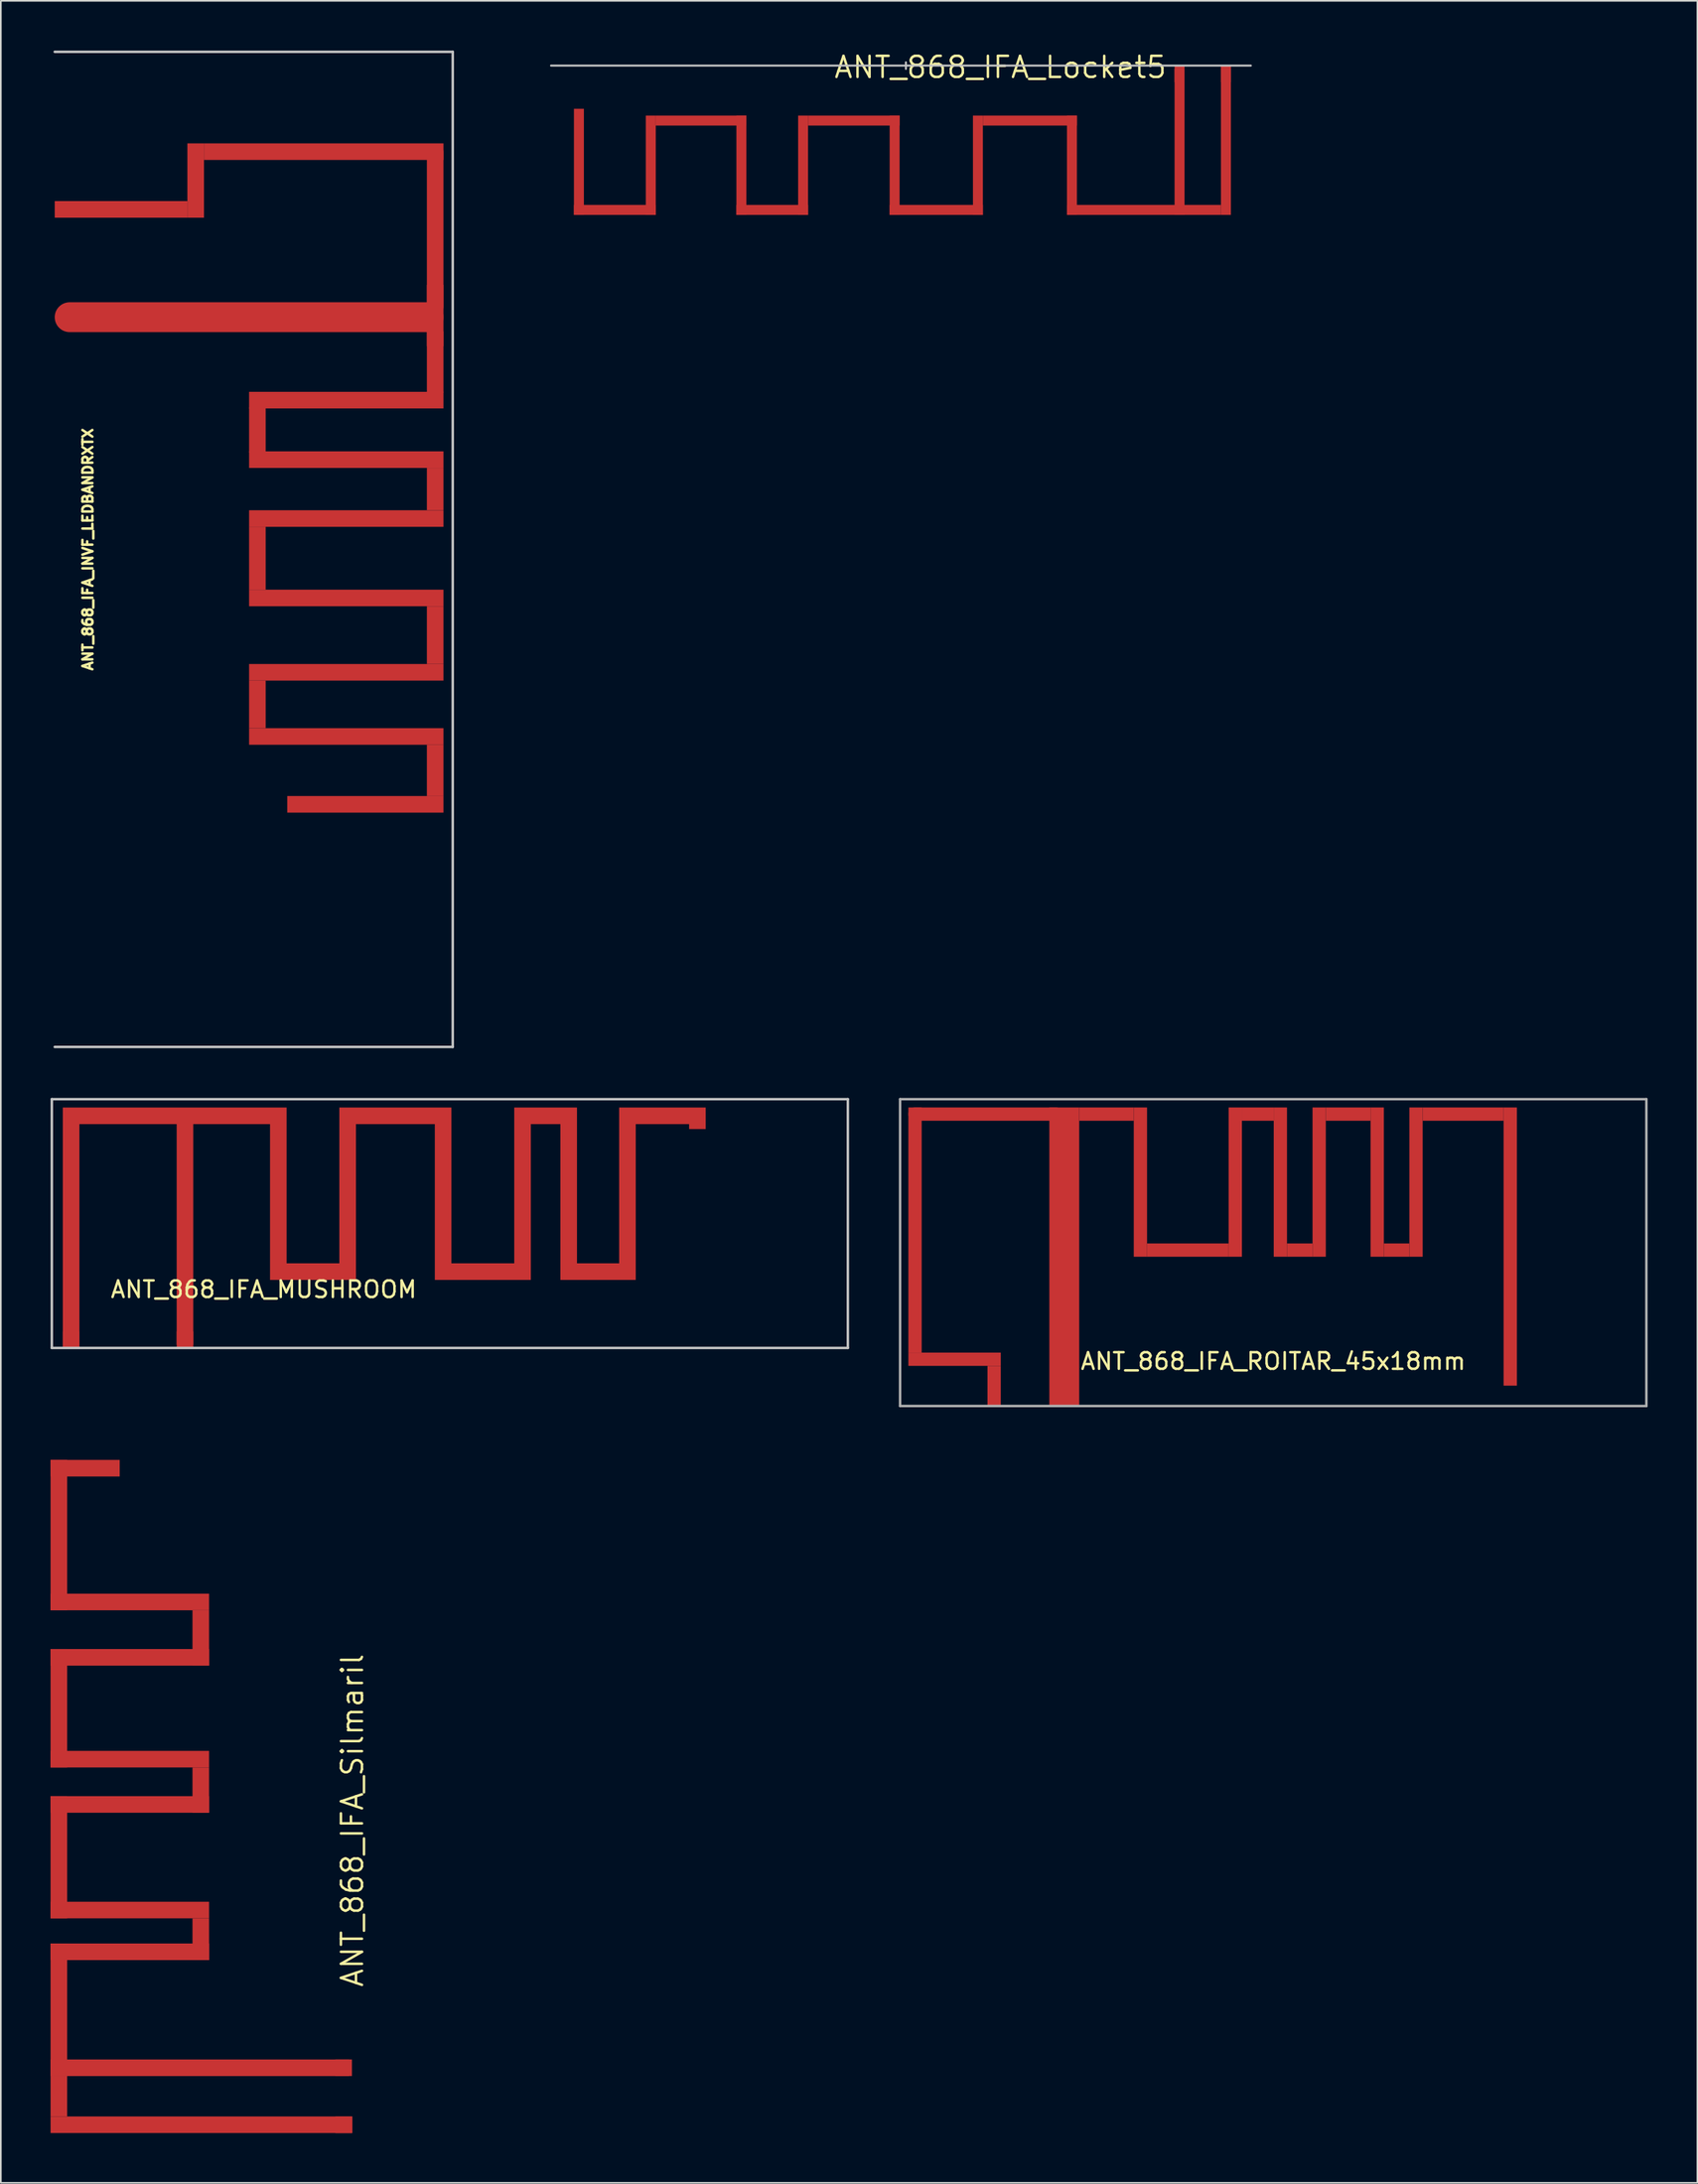
<source format=kicad_pcb>
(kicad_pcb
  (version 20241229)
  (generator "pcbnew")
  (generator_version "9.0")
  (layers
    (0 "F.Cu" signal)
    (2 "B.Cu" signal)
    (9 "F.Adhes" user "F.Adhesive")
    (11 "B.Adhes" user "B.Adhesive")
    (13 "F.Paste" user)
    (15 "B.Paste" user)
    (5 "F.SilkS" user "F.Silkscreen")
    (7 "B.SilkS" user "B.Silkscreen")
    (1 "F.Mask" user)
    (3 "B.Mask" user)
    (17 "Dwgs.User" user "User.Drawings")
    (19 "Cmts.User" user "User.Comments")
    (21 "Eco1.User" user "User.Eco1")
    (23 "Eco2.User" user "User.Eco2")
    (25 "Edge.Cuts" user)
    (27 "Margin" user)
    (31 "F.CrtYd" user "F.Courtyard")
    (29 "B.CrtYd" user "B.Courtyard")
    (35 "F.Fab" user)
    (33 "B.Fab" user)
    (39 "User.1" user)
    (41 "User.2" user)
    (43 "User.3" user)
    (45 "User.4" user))
  (footprint "ANT_868_IFA_Silmaril"
    (layer "F.Cu")
    (at 18.172 106.733)
    (property "Reference" "ANT_868_IFA_Silmaril" (at 0.025 -0.025 270) (layer "F.SilkS") (effects (font (size 1.27 1.27) (thickness 0.15))))
    (attr through_hole)
    (fp_poly (pts (xy -18.172 -20.758) (xy -18.172 -21.758) (xy -14.004 -21.758) (xy -14.004 -20.758)) (stroke (width 0.001) (type solid)) (fill yes) (layer "F.Cu"))
    (fp_poly (pts (xy -18.172 -12.693) (xy -18.172 -21.758) (xy -17.172 -21.758) (xy -17.172 -12.693)) (stroke (width 0.001) (type solid)) (fill yes) (layer "F.Cu"))
    (fp_poly (pts (xy -18.172 -12.693) (xy -18.172 -13.693) (xy -8.615 -13.693) (xy -8.615 -12.693)) (stroke (width 0.001) (type solid)) (fill yes) (layer "F.Cu"))
    (fp_poly (pts (xy -18.172 -9.356) (xy -18.172 -10.356) (xy -8.615 -10.356) (xy -8.615 -9.356)) (stroke (width 0.001) (type solid)) (fill yes) (layer "F.Cu"))
    (fp_poly (pts (xy -18.172 -3.215) (xy -18.172 -10.356) (xy -17.172 -10.356) (xy -17.172 -3.215)) (stroke (width 0.001) (type solid)) (fill yes) (layer "F.Cu"))
    (fp_poly (pts (xy -18.172 -3.215) (xy -18.172 -4.215) (xy -8.615 -4.215) (xy -8.615 -3.215)) (stroke (width 0.001) (type solid)) (fill yes) (layer "F.Cu"))
    (fp_poly (pts (xy -18.172 -0.485) (xy -18.172 -1.485) (xy -8.615 -1.485) (xy -8.615 -0.485)) (stroke (width 0.001) (type solid)) (fill yes) (layer "F.Cu"))
    (fp_poly (pts (xy -18.172 5.881) (xy -18.172 -1.485) (xy -17.172 -1.485) (xy -17.172 5.881)) (stroke (width 0.001) (type solid)) (fill yes) (layer "F.Cu"))
    (fp_poly (pts (xy -18.172 5.881) (xy -18.172 4.881) (xy -8.615 4.881) (xy -8.615 5.881)) (stroke (width 0.001) (type solid)) (fill yes) (layer "F.Cu"))
    (fp_poly (pts (xy -18.172 8.399) (xy -18.172 7.399) (xy -8.615 7.399) (xy -8.615 8.399)) (stroke (width 0.001) (type solid)) (fill yes) (layer "F.Cu"))
    (fp_poly (pts (xy -18.172 15.392) (xy -18.172 7.399) (xy -17.172 7.399) (xy -17.172 15.392)) (stroke (width 0.001) (type solid)) (fill yes) (layer "F.Cu"))
    (fp_poly (pts (xy -18.172 15.392) (xy -18.172 17.827) (xy -17.172 17.827) (xy -17.172 15.392)) (stroke (width 0.001) (type solid)) (fill yes) (layer "F.Cu"))
    (fp_poly (pts (xy -8.615 -9.356) (xy -8.615 -12.693) (xy -9.615 -12.693) (xy -9.615 -9.356)) (stroke (width 0.001) (type solid)) (fill yes) (layer "F.Cu"))
    (fp_poly (pts (xy -8.615 -0.485) (xy -8.615 -3.215) (xy -9.615 -3.215) (xy -9.615 -0.485)) (stroke (width 0.001) (type solid)) (fill yes) (layer "F.Cu"))
    (fp_poly (pts (xy -8.615 8.399) (xy -8.615 5.881) (xy -9.615 5.881) (xy -9.615 8.399)) (stroke (width 0.001) (type solid)) (fill yes) (layer "F.Cu"))
    (fp_poly (pts (xy -0.175 14.392) (xy -0.175 15.392) (xy -18.172 15.392) (xy -18.172 14.392)) (stroke (width 0.001) (type solid)) (fill yes) (layer "F.Cu"))
    (fp_poly (pts (xy 0.025 17.827) (xy 0.025 18.827) (xy -18.172 18.827) (xy -18.172 17.827)) (stroke (width 0.001) (type solid)) (fill yes) (layer "F.Cu"))
    (pad "1" smd rect (at -0.5 14.89) (size 1 1) (layers "F.Cu"))
    (pad "2" smd rect (at -0.5 18.33) (size 1 1) (layers "F.Cu")))
  (footprint "ANT_868_IFA_Locket5"
    (layer "F.Cu")
    (at 51.575 0.906)
    (property "Reference" "ANT_868_IFA_Locket5" (at 5.7 0.1 0) (layer "F.SilkS") (effects (font (size 1.27 1.27) (thickness 0.15))))
    (attr through_hole)
    (fp_poly (pts (xy -19.417 9) (xy -20.017 9) (xy -20.017 2.603) (xy -19.417 2.603)) (stroke (width 0.001) (type solid)) (fill yes) (layer "F.Cu"))
    (fp_poly (pts (xy -15.084 9) (xy -20.017 9) (xy -20.017 8.4) (xy -15.084 8.4)) (stroke (width 0.001) (type solid)) (fill yes) (layer "F.Cu"))
    (fp_poly (pts (xy -15.084 9) (xy -15.684 9) (xy -15.684 3.014) (xy -15.084 3.014)) (stroke (width 0.001) (type solid)) (fill yes) (layer "F.Cu"))
    (fp_poly (pts (xy -9.621 3.014) (xy -15.084 3.014) (xy -15.084 3.614) (xy -9.621 3.614)) (stroke (width 0.001) (type solid)) (fill yes) (layer "F.Cu"))
    (fp_poly (pts (xy -9.621 9) (xy -10.221 9) (xy -10.221 3.014) (xy -9.621 3.014)) (stroke (width 0.001) (type solid)) (fill yes) (layer "F.Cu"))
    (fp_poly (pts (xy -5.899 9) (xy -10.221 9) (xy -10.221 8.4) (xy -5.899 8.4)) (stroke (width 0.001) (type solid)) (fill yes) (layer "F.Cu"))
    (fp_poly (pts (xy -5.899 9) (xy -6.499 9) (xy -6.499 3.014) (xy -5.899 3.014)) (stroke (width 0.001) (type solid)) (fill yes) (layer "F.Cu"))
    (fp_poly (pts (xy -0.38 3.014) (xy -5.899 3.014) (xy -5.899 3.614) (xy -0.38 3.614)) (stroke (width 0.001) (type solid)) (fill yes) (layer "F.Cu"))
    (fp_poly (pts (xy -0.38 9) (xy -0.98 9) (xy -0.98 3.014) (xy -0.38 3.014)) (stroke (width 0.001) (type solid)) (fill yes) (layer "F.Cu"))
    (fp_poly (pts (xy 4.642 9) (xy -0.98 9) (xy -0.98 8.4) (xy 4.642 8.4)) (stroke (width 0.001) (type solid)) (fill yes) (layer "F.Cu"))
    (fp_poly (pts (xy 4.642 9) (xy 4.042 9) (xy 4.042 3.014) (xy 4.642 3.014)) (stroke (width 0.001) (type solid)) (fill yes) (layer "F.Cu"))
    (fp_poly (pts (xy 10.312 3.014) (xy 4.642 3.014) (xy 4.642 3.614) (xy 10.312 3.614)) (stroke (width 0.001) (type solid)) (fill yes) (layer "F.Cu"))
    (fp_poly (pts (xy 10.312 9) (xy 9.712 9) (xy 9.712 3.014) (xy 10.312 3.014)) (stroke (width 0.001) (type solid)) (fill yes) (layer "F.Cu"))
    (fp_poly (pts (xy 16.2 0.2) (xy 16.8 0.2) (xy 16.8 9) (xy 16.2 9)) (stroke (width 0.001) (type solid)) (fill yes) (layer "F.Cu"))
    (fp_poly (pts (xy 16.8 9) (xy 9.712 9) (xy 9.712 8.4) (xy 16.8 8.4)) (stroke (width 0.001) (type solid)) (fill yes) (layer "F.Cu"))
    (fp_poly (pts (xy 16.8 9) (xy 18.996 9) (xy 18.996 8.4) (xy 16.8 8.4)) (stroke (width 0.001) (type solid)) (fill yes) (layer "F.Cu"))
    (fp_poly (pts (xy 18.996 0) (xy 19.596 0) (xy 19.596 9) (xy 18.996 9)) (stroke (width 0.001) (type solid)) (fill yes) (layer "F.Cu"))
    (fp_line (start 0 0.2) (end 0 -0.2) (stroke (width 0.12) (type solid)) (layer "Dwgs.User"))
    (fp_line (start 20.8 0) (end -21.4 0) (stroke (width 0.12) (type solid)) (layer "Dwgs.User"))
    (fp_poly (pts (xy -24.25 2.1) (xy -20.75 2.1) (xy -20.75 0) (xy -24.25 0)) (stroke (width 0.001) (type solid)) (fill no) (layer "Dwgs.User"))
    (fp_poly (pts (xy 24.25 2.1) (xy 20.75 2.1) (xy 20.75 0) (xy 24.25 0)) (stroke (width 0.001) (type solid)) (fill no) (layer "Dwgs.User"))
    (pad "1" smd rect (at 16.5 0.5) (size 0.6 1) (layers "F.Cu"))
    (pad "2" smd rect (at 19.3 0.5) (size 0.6 1) (layers "F.Cu")))
  (footprint "ANT_868_IFA_MUSHROOM"
    (layer "F.Cu")
    (at 8.075 78.225)
    (property "Reference" "ANT_868_IFA_MUSHROOM" (at 4.78 -3.53 0) (layer "F.SilkS") (effects (font (size 1 1) (thickness 0.15))))
    (attr through_hole)
    (fp_poly (pts (xy -6.337 0.003) (xy -6.337 -13.497) (xy -0.472 -13.497) (xy -0.472 -0.197) (xy 0.528 -0.197) (xy 0.528 -13.497) (xy 5.157 -13.497) (xy 5.157 -4.104) (xy 10.338 -4.104) (xy 10.338 -13.497) (xy 15.095 -13.497) (xy 15.095 -4.104) (xy 20.884 -4.104) (xy 20.884 -13.497) (xy 22.666 -13.497) (xy 22.666 -4.104) (xy 27.209 -4.104) (xy 27.209 -13.497) (xy 30.427 -13.497) (xy 30.427 -13.2) (xy 31.427 -13.2) (xy 31.427 -14.497) (xy 26.209 -14.497) (xy 26.209 -5.104) (xy 23.666 -5.104) (xy 23.666 -14.497) (xy 19.884 -14.497) (xy 19.884 -5.104) (xy 16.095 -5.104) (xy 16.095 -14.497) (xy 9.338 -14.497) (xy 9.338 -5.104) (xy 6.157 -5.104) (xy 6.157 -14.497) (xy -7.337 -14.497) (xy -7.337 0.003)) (stroke (width 0.001) (type solid)) (fill yes) (layer "F.Cu"))
    (fp_line (start -8 -15) (end 40 -15) (stroke (width 0.15) (type solid)) (layer "Dwgs.User"))
    (fp_line (start -8 0) (end -8 -15) (stroke (width 0.15) (type solid)) (layer "Dwgs.User"))
    (fp_line (start 40 -15) (end 40 0) (stroke (width 0.15) (type solid)) (layer "Dwgs.User"))
    (fp_line (start 40 0) (end -8 0) (stroke (width 0.15) (type solid)) (layer "Dwgs.User"))
    (pad "1" smd rect (at 0.03 -0.5) (size 1 1) (layers "F.Cu"))
    (pad "2" smd rect (at -6.84 -0.5) (size 1 1) (layers "F.Cu")))
  (footprint "ANT_868_IFA_ROITAR_45x18mm"
    (layer "F.Cu")
    (at 61.125 81.725)
    (property "Reference" "ANT_868_IFA_ROITAR_45x18mm" (at 12.6 -2.7 0) (layer "F.SilkS") (effects (font (size 1 1) (thickness 0.15))))
    (attr through_hole)
    (fp_line (start -0.5 -17.6) (end -9 -17.6) (stroke (width 0.8) (type solid)) (layer "F.Cu"))
    (fp_line (start -9.9 -18.5) (end -9.9 0) (stroke (width 0.15) (type solid)) (layer "F.Fab"))
    (fp_line (start -9.9 0) (end 35.1 0) (stroke (width 0.15) (type solid)) (layer "F.Fab"))
    (fp_line (start 35.1 -18.5) (end -9.9 -18.5) (stroke (width 0.15) (type solid)) (layer "F.Fab"))
    (fp_line (start 35.1 0) (end 35.1 -18.5) (stroke (width 0.15) (type solid)) (layer "F.Fab"))
    (pad "1" smd rect (at 0 -9) (size 1.8 18) (layers "F.Cu"))
    (pad "1" smd rect (at 2.545 -17.6) (size 3.29 0.8) (layers "F.Cu"))
    (pad "1" smd rect (at 4.59 -13.5) (size 0.8 9) (layers "F.Cu"))
    (pad "1" smd rect (at 7.45 -9.4) (size 4.92 0.8) (layers "F.Cu"))
    (pad "1" smd rect (at 10.31 -13.5) (size 0.8 9) (layers "F.Cu"))
    (pad "1" smd rect (at 11.67 -17.6) (size 1.92 0.8) (layers "F.Cu"))
    (pad "1" smd rect (at 13.03 -13.5) (size 0.8 9) (layers "F.Cu"))
    (pad "1" smd rect (at 14.2 -9.4) (size 1.54 0.8) (layers "F.Cu"))
    (pad "1" smd rect (at 15.37 -13.5) (size 0.8 9) (layers "F.Cu"))
    (pad "1" smd rect (at 17.12 -17.6) (size 2.7 0.8) (layers "F.Cu"))
    (pad "1" smd rect (at 18.87 -13.5) (size 0.8 9) (layers "F.Cu"))
    (pad "1" smd rect (at 20.04 -9.4) (size 1.54 0.8) (layers "F.Cu"))
    (pad "1" smd rect (at 21.21 -13.5) (size 0.8 9) (layers "F.Cu"))
    (pad "1" smd rect (at 24.05 -17.6) (size 4.88 0.8) (layers "F.Cu"))
    (pad "2" smd rect (at -9 -10.61) (size 0.8 14.78) (layers "F.Cu"))
    (pad "2" smd rect (at -6.615 -2.82) (size 5.57 0.8) (layers "F.Cu"))
    (pad "2" smd rect (at -4.23 -1.21) (size 0.8 2.42) (layers "F.Cu"))
    (pad "6" smd rect (at 26.89 -9.615) (size 0.8 16.77) (layers "F.Cu")))
  (footprint "ANT_868_IFA_INVF_LEDBANDRXTX"
    (layer "F.Cu")
    (at 0.25 30.075)
    (property "Reference" "ANT_868_IFA_INVF_LEDBANDRXTX" (at 2 0 90) (layer "F.SilkS") (effects (font (size 0.6 0.6) (thickness 0.15))))
    (attr through_hole)
    (fp_line (start 22.94 -23.94) (end 22.94 -14.65) (stroke (width 1) (type solid)) (layer "F.Cu"))
    (fp_line (start 0 -30) (end 24 -30) (stroke (width 0.15) (type solid)) (layer "Dwgs.User"))
    (fp_line (start 24 -30) (end 24 30) (stroke (width 0.15) (type solid)) (layer "Dwgs.User"))
    (fp_line (start 24 30) (end 0 30) (stroke (width 0.15) (type solid)) (layer "Dwgs.User"))
    (pad "1" smd oval (at 11.72 -14) (size 23.44 1.8) (layers "F.Cu"))
    (pad "1" smd rect (at 12.22 -7.2) (size 1 2.7) (layers "F.Cu"))
    (pad "1" smd rect (at 12.22 0.535) (size 1 3.8) (layers "F.Cu"))
    (pad "1" smd rect (at 12.22 9.345) (size 1 2.87) (layers "F.Cu"))
    (pad "1" smd rect (at 17.58 -9) (size 11.72 1) (layers "F.Cu"))
    (pad "1" smd rect (at 17.58 -5.41) (size 11.72 1) (layers "F.Cu"))
    (pad "1" smd rect (at 17.58 -1.86) (size 11.72 1) (layers "F.Cu"))
    (pad "1" smd rect (at 17.58 2.93) (size 11.72 1) (layers "F.Cu"))
    (pad "1" smd rect (at 17.58 7.41) (size 11.72 1) (layers "F.Cu"))
    (pad "1" smd rect (at 17.58 11.28) (size 11.72 1) (layers "F.Cu"))
    (pad "1" smd rect (at 18.73 15.37) (size 9.42 1) (layers "F.Cu"))
    (pad "1" smd rect (at 22.94 -14.1) (size 1 3.7) (layers "F.Cu"))
    (pad "1" smd rect (at 22.94 -11.3) (size 1 3.7) (layers "F.Cu"))
    (pad "1" smd rect (at 22.94 -3.64) (size 1 2.54) (layers "F.Cu"))
    (pad "1" smd rect (at 22.94 5.17) (size 1 3.48) (layers "F.Cu"))
    (pad "1" smd rect (at 22.94 13.325) (size 1 3.1) (layers "F.Cu"))
    (pad "2" smd rect (at 4 -20.5) (size 8 1) (layers "F.Cu"))
    (pad "2" smd rect (at 8.5 -22.24) (size 1 4.48) (layers "F.Cu"))
    (pad "2" smd rect (at 16.22 -23.98) (size 14.44 1) (layers "F.Cu")))
  (gr_rect
    (start -3 -3)
    (end 99.3 128.563)
    (stroke (width 0.1) (type default))
    (fill no)
    (layer "Edge.Cuts")))
</source>
